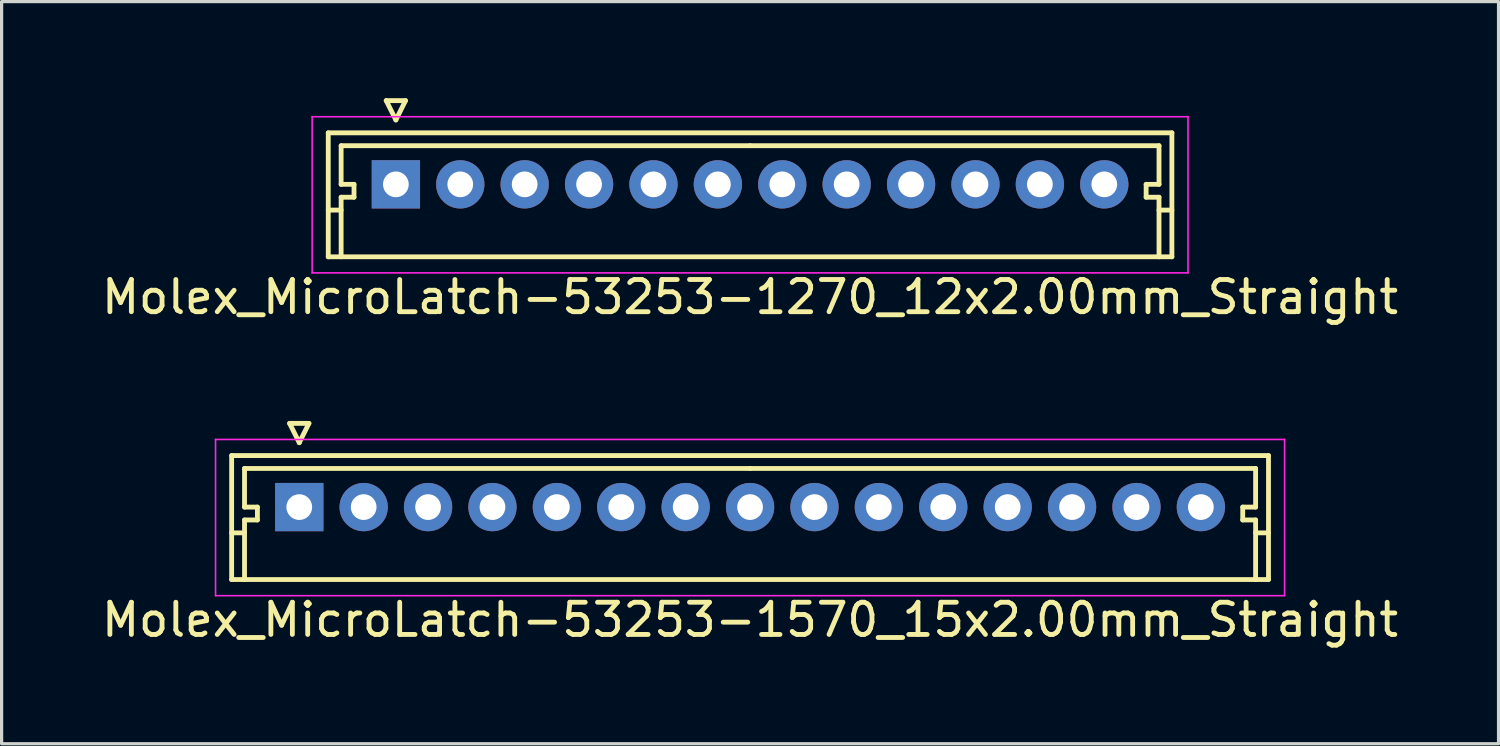
<source format=kicad_pcb>
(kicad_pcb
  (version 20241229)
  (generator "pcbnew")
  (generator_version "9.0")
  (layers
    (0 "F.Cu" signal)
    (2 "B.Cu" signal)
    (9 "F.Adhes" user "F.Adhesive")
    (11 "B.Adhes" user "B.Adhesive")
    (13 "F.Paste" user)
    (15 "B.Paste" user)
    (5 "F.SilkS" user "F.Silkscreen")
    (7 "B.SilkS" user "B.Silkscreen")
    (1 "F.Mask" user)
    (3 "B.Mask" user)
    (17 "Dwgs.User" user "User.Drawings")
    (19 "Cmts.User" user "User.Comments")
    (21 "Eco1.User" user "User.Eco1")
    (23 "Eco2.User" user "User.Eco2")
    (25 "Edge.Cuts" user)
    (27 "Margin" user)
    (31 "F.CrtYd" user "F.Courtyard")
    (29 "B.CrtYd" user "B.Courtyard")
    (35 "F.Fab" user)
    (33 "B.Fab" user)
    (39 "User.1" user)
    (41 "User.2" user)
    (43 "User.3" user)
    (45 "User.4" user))
  (footprint "Molex_MicroLatch-53253-1270_12x2.00mm_Straight"
    (layer "F.Cu")
    (at 9.244 2.675)
    (property "Reference" "Molex_MicroLatch-53253-1270_12x2.00mm_Straight" (at 11 3.5 0) (layer "F.SilkS") (effects (font (size 1 1) (thickness 0.15))))
    (attr through_hole)
    (fp_line (start -2.1 -1.6) (end -2.1 2.25) (stroke (width 0.15) (type solid)) (layer "F.SilkS"))
    (fp_line (start -2.1 0.8) (end -1.7 0.8) (stroke (width 0.15) (type solid)) (layer "F.SilkS"))
    (fp_line (start -2.1 2.25) (end 24.1 2.25) (stroke (width 0.15) (type solid)) (layer "F.SilkS"))
    (fp_line (start -1.7 -1.2) (end -1.7 0) (stroke (width 0.15) (type solid)) (layer "F.SilkS"))
    (fp_line (start -1.7 0) (end -1.3 0) (stroke (width 0.15) (type solid)) (layer "F.SilkS"))
    (fp_line (start -1.7 0.4) (end -1.7 2.25) (stroke (width 0.15) (type solid)) (layer "F.SilkS"))
    (fp_line (start -1.3 0) (end -1.3 0.4) (stroke (width 0.15) (type solid)) (layer "F.SilkS"))
    (fp_line (start -1.3 0.4) (end -1.7 0.4) (stroke (width 0.15) (type solid)) (layer "F.SilkS"))
    (fp_line (start -0.3 -2.6) (end 0.3 -2.6) (stroke (width 0.15) (type solid)) (layer "F.SilkS"))
    (fp_line (start 0 -2) (end -0.3 -2.6) (stroke (width 0.15) (type solid)) (layer "F.SilkS"))
    (fp_line (start 0.3 -2.6) (end 0 -2) (stroke (width 0.15) (type solid)) (layer "F.SilkS"))
    (fp_line (start 11 -1.2) (end -1.7 -1.2) (stroke (width 0.15) (type solid)) (layer "F.SilkS"))
    (fp_line (start 11 -1.2) (end 23.7 -1.2) (stroke (width 0.15) (type solid)) (layer "F.SilkS"))
    (fp_line (start 23.3 0) (end 23.3 0.4) (stroke (width 0.15) (type solid)) (layer "F.SilkS"))
    (fp_line (start 23.3 0.4) (end 23.7 0.4) (stroke (width 0.15) (type solid)) (layer "F.SilkS"))
    (fp_line (start 23.7 -1.2) (end 23.7 0) (stroke (width 0.15) (type solid)) (layer "F.SilkS"))
    (fp_line (start 23.7 0) (end 23.3 0) (stroke (width 0.15) (type solid)) (layer "F.SilkS"))
    (fp_line (start 23.7 0.4) (end 23.7 2.25) (stroke (width 0.15) (type solid)) (layer "F.SilkS"))
    (fp_line (start 24.1 -1.6) (end -2.1 -1.6) (stroke (width 0.15) (type solid)) (layer "F.SilkS"))
    (fp_line (start 24.1 0.8) (end 23.7 0.8) (stroke (width 0.15) (type solid)) (layer "F.SilkS"))
    (fp_line (start 24.1 2.25) (end 24.1 -1.6) (stroke (width 0.15) (type solid)) (layer "F.SilkS"))
    (fp_line (start -2.6 -2.1) (end -2.6 2.75) (stroke (width 0.05) (type solid)) (layer "F.CrtYd"))
    (fp_line (start -2.6 2.75) (end 24.6 2.75) (stroke (width 0.05) (type solid)) (layer "F.CrtYd"))
    (fp_line (start 24.6 -2.1) (end -2.6 -2.1) (stroke (width 0.05) (type solid)) (layer "F.CrtYd"))
    (fp_line (start 24.6 2.75) (end 24.6 -2.1) (stroke (width 0.05) (type solid)) (layer "F.CrtYd"))
    (pad "1" thru_hole rect (at 0 0) (size 1.5 1.5) (drill 0.8) (layers "*.Cu" "*.Mask"))
    (pad "2" thru_hole circle (at 2 0) (size 1.5 1.5) (drill 0.8) (layers "*.Cu" "*.Mask"))
    (pad "3" thru_hole circle (at 4 0) (size 1.5 1.5) (drill 0.8) (layers "*.Cu" "*.Mask"))
    (pad "4" thru_hole circle (at 6 0) (size 1.5 1.5) (drill 0.8) (layers "*.Cu" "*.Mask"))
    (pad "5" thru_hole circle (at 8 0) (size 1.5 1.5) (drill 0.8) (layers "*.Cu" "*.Mask"))
    (pad "6" thru_hole circle (at 10 0) (size 1.5 1.5) (drill 0.8) (layers "*.Cu" "*.Mask"))
    (pad "7" thru_hole circle (at 12 0) (size 1.5 1.5) (drill 0.8) (layers "*.Cu" "*.Mask"))
    (pad "8" thru_hole circle (at 14 0) (size 1.5 1.5) (drill 0.8) (layers "*.Cu" "*.Mask"))
    (pad "9" thru_hole circle (at 16 0) (size 1.5 1.5) (drill 0.8) (layers "*.Cu" "*.Mask"))
    (pad "10" thru_hole circle (at 18 0) (size 1.5 1.5) (drill 0.8) (layers "*.Cu" "*.Mask"))
    (pad "11" thru_hole circle (at 20 0) (size 1.5 1.5) (drill 0.8) (layers "*.Cu" "*.Mask"))
    (pad "12" thru_hole circle (at 22 0) (size 1.5 1.5) (drill 0.8) (layers "*.Cu" "*.Mask")))
  (footprint "Molex_MicroLatch-53253-1570_15x2.00mm_Straight"
    (layer "F.Cu")
    (at 6.244 12.698)
    (property "Reference" "Molex_MicroLatch-53253-1570_15x2.00mm_Straight" (at 14 3.5 0) (layer "F.SilkS") (effects (font (size 1 1) (thickness 0.15))))
    (attr through_hole)
    (fp_line (start -2.1 -1.6) (end -2.1 2.25) (stroke (width 0.15) (type solid)) (layer "F.SilkS"))
    (fp_line (start -2.1 0.8) (end -1.7 0.8) (stroke (width 0.15) (type solid)) (layer "F.SilkS"))
    (fp_line (start -2.1 2.25) (end 30.1 2.25) (stroke (width 0.15) (type solid)) (layer "F.SilkS"))
    (fp_line (start -1.7 -1.2) (end -1.7 0) (stroke (width 0.15) (type solid)) (layer "F.SilkS"))
    (fp_line (start -1.7 0) (end -1.3 0) (stroke (width 0.15) (type solid)) (layer "F.SilkS"))
    (fp_line (start -1.7 0.4) (end -1.7 2.25) (stroke (width 0.15) (type solid)) (layer "F.SilkS"))
    (fp_line (start -1.3 0) (end -1.3 0.4) (stroke (width 0.15) (type solid)) (layer "F.SilkS"))
    (fp_line (start -1.3 0.4) (end -1.7 0.4) (stroke (width 0.15) (type solid)) (layer "F.SilkS"))
    (fp_line (start -0.3 -2.6) (end 0.3 -2.6) (stroke (width 0.15) (type solid)) (layer "F.SilkS"))
    (fp_line (start 0 -2) (end -0.3 -2.6) (stroke (width 0.15) (type solid)) (layer "F.SilkS"))
    (fp_line (start 0.3 -2.6) (end 0 -2) (stroke (width 0.15) (type solid)) (layer "F.SilkS"))
    (fp_line (start 14 -1.2) (end -1.7 -1.2) (stroke (width 0.15) (type solid)) (layer "F.SilkS"))
    (fp_line (start 14 -1.2) (end 29.7 -1.2) (stroke (width 0.15) (type solid)) (layer "F.SilkS"))
    (fp_line (start 29.3 0) (end 29.3 0.4) (stroke (width 0.15) (type solid)) (layer "F.SilkS"))
    (fp_line (start 29.3 0.4) (end 29.7 0.4) (stroke (width 0.15) (type solid)) (layer "F.SilkS"))
    (fp_line (start 29.7 -1.2) (end 29.7 0) (stroke (width 0.15) (type solid)) (layer "F.SilkS"))
    (fp_line (start 29.7 0) (end 29.3 0) (stroke (width 0.15) (type solid)) (layer "F.SilkS"))
    (fp_line (start 29.7 0.4) (end 29.7 2.25) (stroke (width 0.15) (type solid)) (layer "F.SilkS"))
    (fp_line (start 30.1 -1.6) (end -2.1 -1.6) (stroke (width 0.15) (type solid)) (layer "F.SilkS"))
    (fp_line (start 30.1 0.8) (end 29.7 0.8) (stroke (width 0.15) (type solid)) (layer "F.SilkS"))
    (fp_line (start 30.1 2.25) (end 30.1 -1.6) (stroke (width 0.15) (type solid)) (layer "F.SilkS"))
    (fp_line (start -2.6 -2.1) (end -2.6 2.75) (stroke (width 0.05) (type solid)) (layer "F.CrtYd"))
    (fp_line (start -2.6 2.75) (end 30.6 2.75) (stroke (width 0.05) (type solid)) (layer "F.CrtYd"))
    (fp_line (start 30.6 -2.1) (end -2.6 -2.1) (stroke (width 0.05) (type solid)) (layer "F.CrtYd"))
    (fp_line (start 30.6 2.75) (end 30.6 -2.1) (stroke (width 0.05) (type solid)) (layer "F.CrtYd"))
    (pad "1" thru_hole rect (at 0 0) (size 1.5 1.5) (drill 0.8) (layers "*.Cu" "*.Mask"))
    (pad "2" thru_hole circle (at 2 0) (size 1.5 1.5) (drill 0.8) (layers "*.Cu" "*.Mask"))
    (pad "3" thru_hole circle (at 4 0) (size 1.5 1.5) (drill 0.8) (layers "*.Cu" "*.Mask"))
    (pad "4" thru_hole circle (at 6 0) (size 1.5 1.5) (drill 0.8) (layers "*.Cu" "*.Mask"))
    (pad "5" thru_hole circle (at 8 0) (size 1.5 1.5) (drill 0.8) (layers "*.Cu" "*.Mask"))
    (pad "6" thru_hole circle (at 10 0) (size 1.5 1.5) (drill 0.8) (layers "*.Cu" "*.Mask"))
    (pad "7" thru_hole circle (at 12 0) (size 1.5 1.5) (drill 0.8) (layers "*.Cu" "*.Mask"))
    (pad "8" thru_hole circle (at 14 0) (size 1.5 1.5) (drill 0.8) (layers "*.Cu" "*.Mask"))
    (pad "9" thru_hole circle (at 16 0) (size 1.5 1.5) (drill 0.8) (layers "*.Cu" "*.Mask"))
    (pad "10" thru_hole circle (at 18 0) (size 1.5 1.5) (drill 0.8) (layers "*.Cu" "*.Mask"))
    (pad "11" thru_hole circle (at 20 0) (size 1.5 1.5) (drill 0.8) (layers "*.Cu" "*.Mask"))
    (pad "12" thru_hole circle (at 22 0) (size 1.5 1.5) (drill 0.8) (layers "*.Cu" "*.Mask"))
    (pad "13" thru_hole circle (at 24 0) (size 1.5 1.5) (drill 0.8) (layers "*.Cu" "*.Mask"))
    (pad "14" thru_hole circle (at 26 0) (size 1.5 1.5) (drill 0.8) (layers "*.Cu" "*.Mask"))
    (pad "15" thru_hole circle (at 28 0) (size 1.5 1.5) (drill 0.8) (layers "*.Cu" "*.Mask")))
  (gr_rect
    (start -3 -3)
    (end 43.488 20.047)
    (stroke (width 0.1) (type default))
    (fill no)
    (layer "Edge.Cuts")))
</source>
